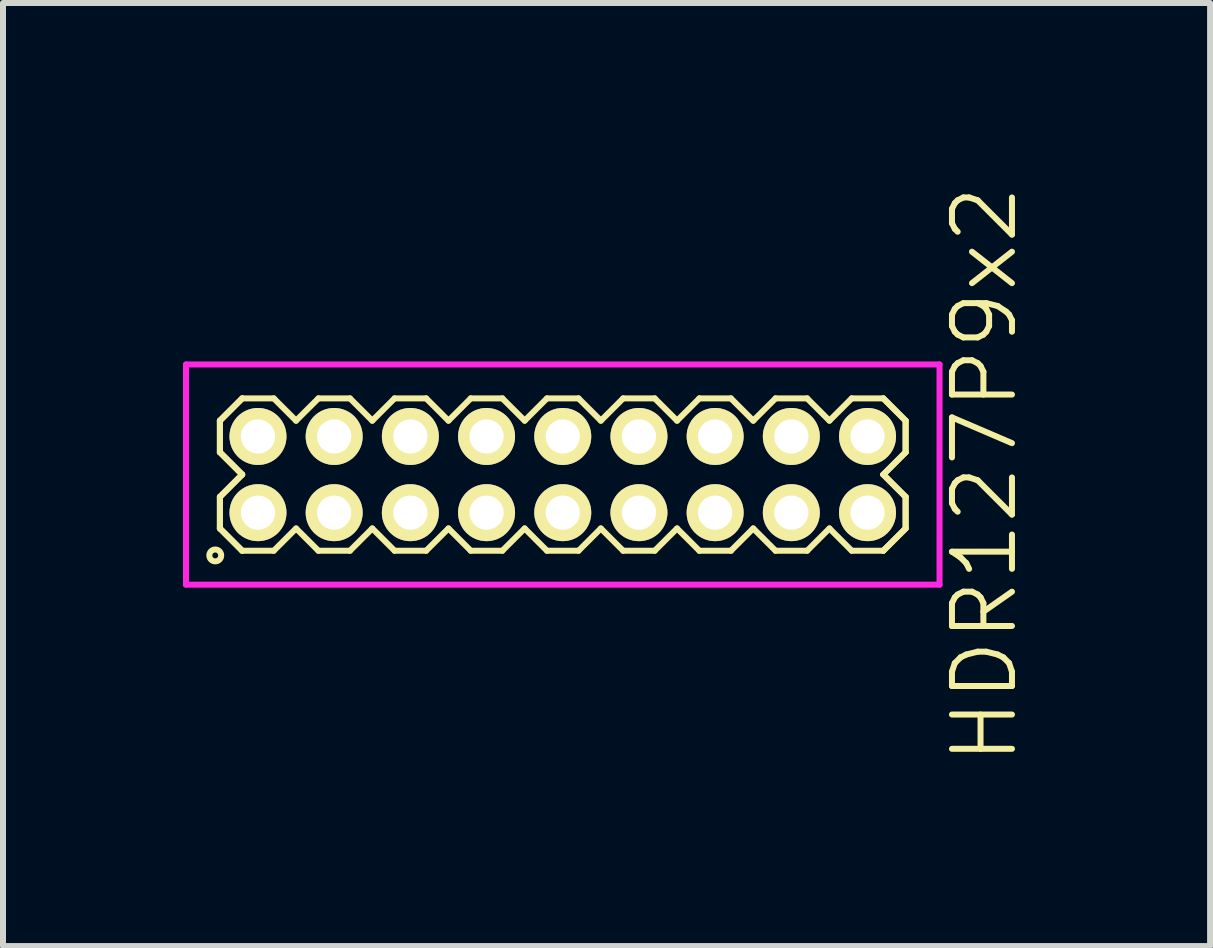
<source format=kicad_pcb>
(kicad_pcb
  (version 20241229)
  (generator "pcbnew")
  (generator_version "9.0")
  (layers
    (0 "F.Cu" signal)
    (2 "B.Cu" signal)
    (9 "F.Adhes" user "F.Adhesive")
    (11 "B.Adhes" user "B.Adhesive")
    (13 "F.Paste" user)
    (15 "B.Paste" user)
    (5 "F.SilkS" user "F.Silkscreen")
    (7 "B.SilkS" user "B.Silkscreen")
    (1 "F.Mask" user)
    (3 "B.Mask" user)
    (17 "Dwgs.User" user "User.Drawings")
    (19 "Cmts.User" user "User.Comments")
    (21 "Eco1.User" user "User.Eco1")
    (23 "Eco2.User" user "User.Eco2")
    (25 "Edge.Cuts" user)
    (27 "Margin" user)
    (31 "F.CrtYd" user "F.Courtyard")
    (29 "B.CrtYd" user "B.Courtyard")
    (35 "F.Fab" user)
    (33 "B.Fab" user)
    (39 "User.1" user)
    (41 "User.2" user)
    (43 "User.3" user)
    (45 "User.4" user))
  (footprint "HDR127P9x2"
    (layer "F.Cu")
    (at 6.33 4.86)
    (property "Reference" "HDR127P9x2" (at 7.03 0 90) (layer "F.SilkS") (effects (font (size 1 1) (thickness 0.1))))
    (attr through_hole)
    (fp_line (start -5.715 -0.898) (end -5.343 -1.27) (stroke (width 0.1) (type solid)) (layer "F.SilkS"))
    (fp_line (start -5.715 -0.898) (end -5.343 -1.27) (stroke (width 0.1) (type solid)) (layer "F.SilkS"))
    (fp_line (start -5.715 -0.372) (end -5.715 -0.898) (stroke (width 0.1) (type solid)) (layer "F.SilkS"))
    (fp_line (start -5.715 -0.372) (end -5.715 -0.898) (stroke (width 0.1) (type solid)) (layer "F.SilkS"))
    (fp_line (start -5.715 0.372) (end -5.343 0) (stroke (width 0.1) (type solid)) (layer "F.SilkS"))
    (fp_line (start -5.715 0.372) (end -5.343 0) (stroke (width 0.1) (type solid)) (layer "F.SilkS"))
    (fp_line (start -5.715 0.898) (end -5.715 0.372) (stroke (width 0.1) (type solid)) (layer "F.SilkS"))
    (fp_line (start -5.715 0.898) (end -5.715 0.372) (stroke (width 0.1) (type solid)) (layer "F.SilkS"))
    (fp_line (start -5.343 -1.27) (end -4.817 -1.27) (stroke (width 0.1) (type solid)) (layer "F.SilkS"))
    (fp_line (start -5.343 0) (end -5.715 -0.372) (stroke (width 0.1) (type solid)) (layer "F.SilkS"))
    (fp_line (start -5.343 0) (end -5.715 -0.372) (stroke (width 0.1) (type solid)) (layer "F.SilkS"))
    (fp_line (start -5.343 1.27) (end -5.715 0.898) (stroke (width 0.1) (type solid)) (layer "F.SilkS"))
    (fp_line (start -5.343 1.27) (end -5.715 0.898) (stroke (width 0.1) (type solid)) (layer "F.SilkS"))
    (fp_line (start -4.817 -1.27) (end -4.445 -0.898) (stroke (width 0.1) (type solid)) (layer "F.SilkS"))
    (fp_line (start -4.817 1.27) (end -5.343 1.27) (stroke (width 0.1) (type solid)) (layer "F.SilkS"))
    (fp_line (start -4.445 -0.898) (end -4.073 -1.27) (stroke (width 0.1) (type solid)) (layer "F.SilkS"))
    (fp_line (start -4.445 0.898) (end -4.817 1.27) (stroke (width 0.1) (type solid)) (layer "F.SilkS"))
    (fp_line (start -4.073 -1.27) (end -3.547 -1.27) (stroke (width 0.1) (type solid)) (layer "F.SilkS"))
    (fp_line (start -4.073 1.27) (end -4.445 0.898) (stroke (width 0.1) (type solid)) (layer "F.SilkS"))
    (fp_line (start -3.547 -1.27) (end -3.175 -0.898) (stroke (width 0.1) (type solid)) (layer "F.SilkS"))
    (fp_line (start -3.547 1.27) (end -4.073 1.27) (stroke (width 0.1) (type solid)) (layer "F.SilkS"))
    (fp_line (start -3.175 -0.898) (end -2.803 -1.27) (stroke (width 0.1) (type solid)) (layer "F.SilkS"))
    (fp_line (start -3.175 0.898) (end -3.547 1.27) (stroke (width 0.1) (type solid)) (layer "F.SilkS"))
    (fp_line (start -2.803 -1.27) (end -2.277 -1.27) (stroke (width 0.1) (type solid)) (layer "F.SilkS"))
    (fp_line (start -2.803 1.27) (end -3.175 0.898) (stroke (width 0.1) (type solid)) (layer "F.SilkS"))
    (fp_line (start -2.277 -1.27) (end -1.905 -0.898) (stroke (width 0.1) (type solid)) (layer "F.SilkS"))
    (fp_line (start -2.277 1.27) (end -2.803 1.27) (stroke (width 0.1) (type solid)) (layer "F.SilkS"))
    (fp_line (start -1.905 -0.898) (end -1.533 -1.27) (stroke (width 0.1) (type solid)) (layer "F.SilkS"))
    (fp_line (start -1.905 0.898) (end -2.277 1.27) (stroke (width 0.1) (type solid)) (layer "F.SilkS"))
    (fp_line (start -1.533 -1.27) (end -1.007 -1.27) (stroke (width 0.1) (type solid)) (layer "F.SilkS"))
    (fp_line (start -1.533 1.27) (end -1.905 0.898) (stroke (width 0.1) (type solid)) (layer "F.SilkS"))
    (fp_line (start -1.007 -1.27) (end -0.635 -0.898) (stroke (width 0.1) (type solid)) (layer "F.SilkS"))
    (fp_line (start -1.007 1.27) (end -1.533 1.27) (stroke (width 0.1) (type solid)) (layer "F.SilkS"))
    (fp_line (start -0.635 -0.898) (end -0.263 -1.27) (stroke (width 0.1) (type solid)) (layer "F.SilkS"))
    (fp_line (start -0.635 0.898) (end -1.007 1.27) (stroke (width 0.1) (type solid)) (layer "F.SilkS"))
    (fp_line (start -0.263 -1.27) (end 0.263 -1.27) (stroke (width 0.1) (type solid)) (layer "F.SilkS"))
    (fp_line (start -0.263 1.27) (end -0.635 0.898) (stroke (width 0.1) (type solid)) (layer "F.SilkS"))
    (fp_line (start 0.263 -1.27) (end 0.635 -0.898) (stroke (width 0.1) (type solid)) (layer "F.SilkS"))
    (fp_line (start 0.263 1.27) (end -0.263 1.27) (stroke (width 0.1) (type solid)) (layer "F.SilkS"))
    (fp_line (start 0.635 -0.898) (end 1.007 -1.27) (stroke (width 0.1) (type solid)) (layer "F.SilkS"))
    (fp_line (start 0.635 0.898) (end 0.263 1.27) (stroke (width 0.1) (type solid)) (layer "F.SilkS"))
    (fp_line (start 1.007 -1.27) (end 1.533 -1.27) (stroke (width 0.1) (type solid)) (layer "F.SilkS"))
    (fp_line (start 1.007 1.27) (end 0.635 0.898) (stroke (width 0.1) (type solid)) (layer "F.SilkS"))
    (fp_line (start 1.533 -1.27) (end 1.905 -0.898) (stroke (width 0.1) (type solid)) (layer "F.SilkS"))
    (fp_line (start 1.533 1.27) (end 1.007 1.27) (stroke (width 0.1) (type solid)) (layer "F.SilkS"))
    (fp_line (start 1.905 -0.898) (end 2.277 -1.27) (stroke (width 0.1) (type solid)) (layer "F.SilkS"))
    (fp_line (start 1.905 0.898) (end 1.533 1.27) (stroke (width 0.1) (type solid)) (layer "F.SilkS"))
    (fp_line (start 2.277 -1.27) (end 2.803 -1.27) (stroke (width 0.1) (type solid)) (layer "F.SilkS"))
    (fp_line (start 2.277 1.27) (end 1.905 0.898) (stroke (width 0.1) (type solid)) (layer "F.SilkS"))
    (fp_line (start 2.803 -1.27) (end 3.175 -0.898) (stroke (width 0.1) (type solid)) (layer "F.SilkS"))
    (fp_line (start 2.803 1.27) (end 2.277 1.27) (stroke (width 0.1) (type solid)) (layer "F.SilkS"))
    (fp_line (start 3.175 -0.898) (end 3.547 -1.27) (stroke (width 0.1) (type solid)) (layer "F.SilkS"))
    (fp_line (start 3.175 0.898) (end 2.803 1.27) (stroke (width 0.1) (type solid)) (layer "F.SilkS"))
    (fp_line (start 3.547 -1.27) (end 4.073 -1.27) (stroke (width 0.1) (type solid)) (layer "F.SilkS"))
    (fp_line (start 3.547 1.27) (end 3.175 0.898) (stroke (width 0.1) (type solid)) (layer "F.SilkS"))
    (fp_line (start 4.073 -1.27) (end 4.445 -0.898) (stroke (width 0.1) (type solid)) (layer "F.SilkS"))
    (fp_line (start 4.073 1.27) (end 3.547 1.27) (stroke (width 0.1) (type solid)) (layer "F.SilkS"))
    (fp_line (start 4.445 -0.898) (end 4.817 -1.27) (stroke (width 0.1) (type solid)) (layer "F.SilkS"))
    (fp_line (start 4.445 0.898) (end 4.073 1.27) (stroke (width 0.1) (type solid)) (layer "F.SilkS"))
    (fp_line (start 4.817 -1.27) (end 5.343 -1.27) (stroke (width 0.1) (type solid)) (layer "F.SilkS"))
    (fp_line (start 4.817 1.27) (end 4.445 0.898) (stroke (width 0.1) (type solid)) (layer "F.SilkS"))
    (fp_line (start 5.343 -1.27) (end 5.715 -0.898) (stroke (width 0.1) (type solid)) (layer "F.SilkS"))
    (fp_line (start 5.343 -1.27) (end 5.715 -0.898) (stroke (width 0.1) (type solid)) (layer "F.SilkS"))
    (fp_line (start 5.343 0) (end 5.715 0.372) (stroke (width 0.1) (type solid)) (layer "F.SilkS"))
    (fp_line (start 5.343 0) (end 5.715 0.372) (stroke (width 0.1) (type solid)) (layer "F.SilkS"))
    (fp_line (start 5.343 1.27) (end 4.817 1.27) (stroke (width 0.1) (type solid)) (layer "F.SilkS"))
    (fp_line (start 5.715 -0.898) (end 5.715 -0.372) (stroke (width 0.1) (type solid)) (layer "F.SilkS"))
    (fp_line (start 5.715 -0.898) (end 5.715 -0.372) (stroke (width 0.1) (type solid)) (layer "F.SilkS"))
    (fp_line (start 5.715 -0.372) (end 5.343 0) (stroke (width 0.1) (type solid)) (layer "F.SilkS"))
    (fp_line (start 5.715 -0.372) (end 5.343 0) (stroke (width 0.1) (type solid)) (layer "F.SilkS"))
    (fp_line (start 5.715 0.372) (end 5.715 0.898) (stroke (width 0.1) (type solid)) (layer "F.SilkS"))
    (fp_line (start 5.715 0.372) (end 5.715 0.898) (stroke (width 0.1) (type solid)) (layer "F.SilkS"))
    (fp_line (start 5.715 0.898) (end 5.343 1.27) (stroke (width 0.1) (type solid)) (layer "F.SilkS"))
    (fp_line (start 5.715 0.898) (end 5.343 1.27) (stroke (width 0.1) (type solid)) (layer "F.SilkS"))
    (fp_circle (center -5.792 1.348) (end -5.693 1.348) (stroke (width 0.1) (type solid)) (fill no) (layer "F.SilkS"))
    (fp_line (start -6.28 -1.835) (end -6.28 1.835) (stroke (width 0.1) (type solid)) (layer "F.CrtYd"))
    (fp_line (start -6.28 1.835) (end 6.28 1.835) (stroke (width 0.1) (type solid)) (layer "F.CrtYd"))
    (fp_line (start 6.28 -1.835) (end -6.28 -1.835) (stroke (width 0.1) (type solid)) (layer "F.CrtYd"))
    (fp_line (start 6.28 1.835) (end 6.28 -1.835) (stroke (width 0.1) (type solid)) (layer "F.CrtYd"))
    (pad "1" thru_hole oval (at -5.08 0.635) (size 0.95 0.95) (drill 0.57) (layers "*.Cu" "*.Mask" "F.SilkS"))
    (pad "2" thru_hole oval (at -5.08 -0.635) (size 0.95 0.95) (drill 0.57) (layers "*.Cu" "*.Mask" "F.SilkS"))
    (pad "3" thru_hole oval (at -3.81 0.635) (size 0.95 0.95) (drill 0.57) (layers "*.Cu" "*.Mask" "F.SilkS"))
    (pad "4" thru_hole oval (at -3.81 -0.635) (size 0.95 0.95) (drill 0.57) (layers "*.Cu" "*.Mask" "F.SilkS"))
    (pad "5" thru_hole oval (at -2.54 0.635) (size 0.95 0.95) (drill 0.57) (layers "*.Cu" "*.Mask" "F.SilkS"))
    (pad "6" thru_hole oval (at -2.54 -0.635) (size 0.95 0.95) (drill 0.57) (layers "*.Cu" "*.Mask" "F.SilkS"))
    (pad "7" thru_hole oval (at -1.27 0.635) (size 0.95 0.95) (drill 0.57) (layers "*.Cu" "*.Mask" "F.SilkS"))
    (pad "8" thru_hole oval (at -1.27 -0.635) (size 0.95 0.95) (drill 0.57) (layers "*.Cu" "*.Mask" "F.SilkS"))
    (pad "9" thru_hole oval (at 0 0.635) (size 0.95 0.95) (drill 0.57) (layers "*.Cu" "*.Mask" "F.SilkS"))
    (pad "10" thru_hole oval (at 0 -0.635) (size 0.95 0.95) (drill 0.57) (layers "*.Cu" "*.Mask" "F.SilkS"))
    (pad "11" thru_hole oval (at 1.27 0.635) (size 0.95 0.95) (drill 0.57) (layers "*.Cu" "*.Mask" "F.SilkS"))
    (pad "12" thru_hole oval (at 1.27 -0.635) (size 0.95 0.95) (drill 0.57) (layers "*.Cu" "*.Mask" "F.SilkS"))
    (pad "13" thru_hole oval (at 2.54 0.635) (size 0.95 0.95) (drill 0.57) (layers "*.Cu" "*.Mask" "F.SilkS"))
    (pad "14" thru_hole oval (at 2.54 -0.635) (size 0.95 0.95) (drill 0.57) (layers "*.Cu" "*.Mask" "F.SilkS"))
    (pad "15" thru_hole oval (at 3.81 0.635) (size 0.95 0.95) (drill 0.57) (layers "*.Cu" "*.Mask" "F.SilkS"))
    (pad "16" thru_hole oval (at 3.81 -0.635) (size 0.95 0.95) (drill 0.57) (layers "*.Cu" "*.Mask" "F.SilkS"))
    (pad "17" thru_hole oval (at 5.08 0.635) (size 0.95 0.95) (drill 0.57) (layers "*.Cu" "*.Mask" "F.SilkS"))
    (pad "18" thru_hole oval (at 5.08 -0.635) (size 0.95 0.95) (drill 0.57) (layers "*.Cu" "*.Mask" "F.SilkS")))
  (gr_rect
    (start -3 -3)
    (end 17.12 12.719)
    (stroke (width 0.1) (type default))
    (fill no)
    (layer "Edge.Cuts")))
</source>
